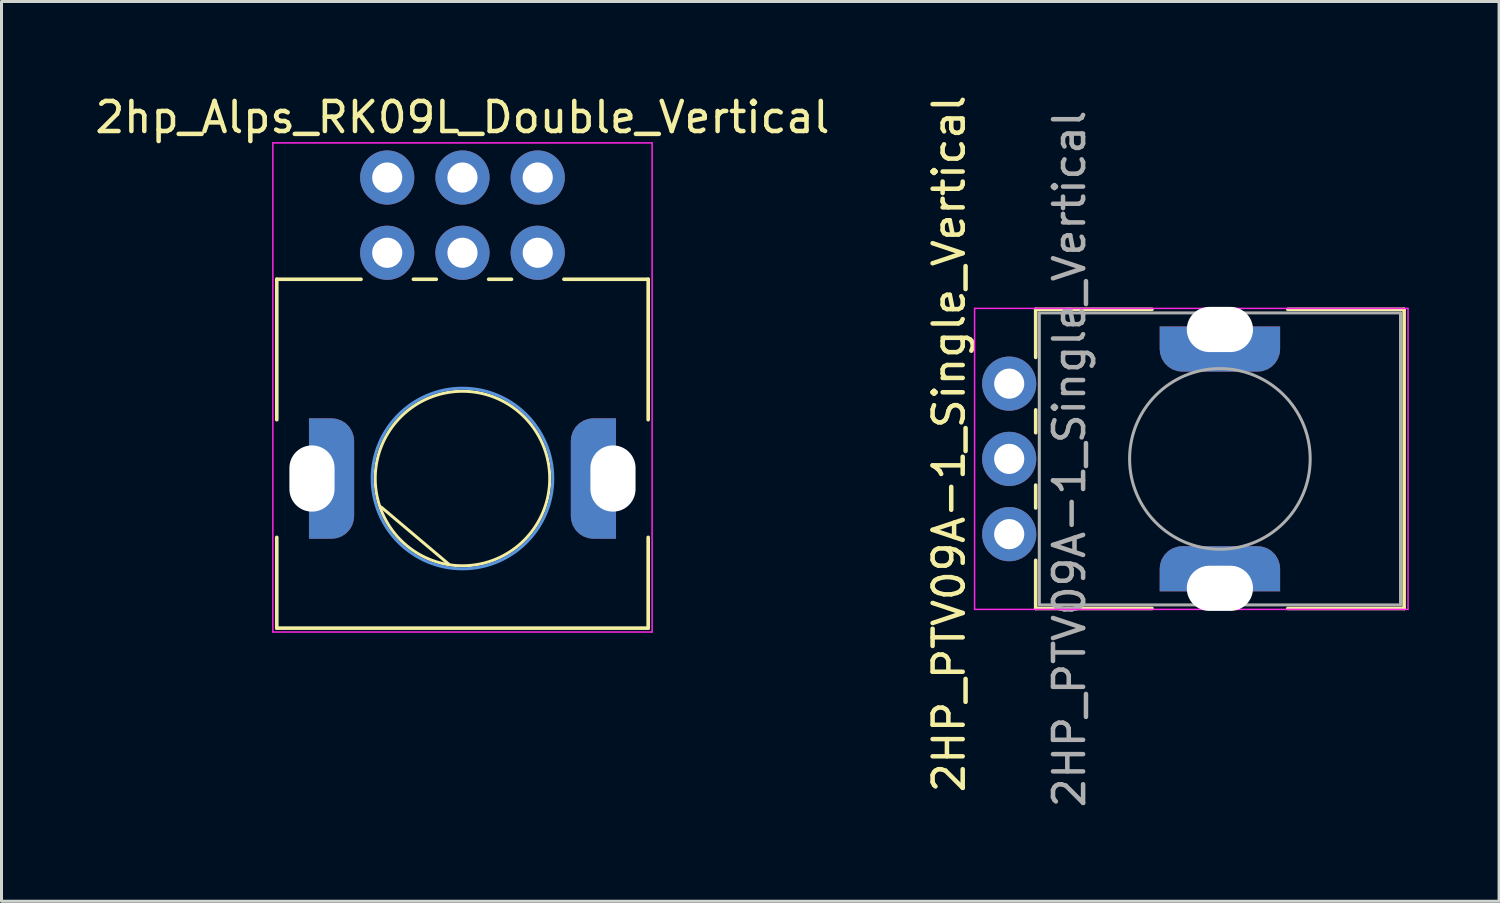
<source format=kicad_pcb>
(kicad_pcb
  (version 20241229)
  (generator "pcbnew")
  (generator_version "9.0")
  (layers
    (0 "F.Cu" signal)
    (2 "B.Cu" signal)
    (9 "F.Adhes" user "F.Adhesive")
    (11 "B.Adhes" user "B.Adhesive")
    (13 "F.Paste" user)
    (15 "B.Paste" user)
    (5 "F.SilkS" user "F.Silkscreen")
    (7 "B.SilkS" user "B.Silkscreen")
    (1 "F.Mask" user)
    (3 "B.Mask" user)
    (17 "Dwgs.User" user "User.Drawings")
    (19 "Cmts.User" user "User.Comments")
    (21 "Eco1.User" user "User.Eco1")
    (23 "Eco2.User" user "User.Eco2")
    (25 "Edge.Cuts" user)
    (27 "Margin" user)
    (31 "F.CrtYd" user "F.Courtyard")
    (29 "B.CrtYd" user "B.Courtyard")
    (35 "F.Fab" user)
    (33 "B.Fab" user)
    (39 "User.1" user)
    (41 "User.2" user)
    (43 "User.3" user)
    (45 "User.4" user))
  (footprint "2HP_PTV09A-1_Single_Vertical"
    (layer "F.Cu")
    (at 30.479 14.696)
    (property "Reference" "2HP_PTV09A-1_Single_Vertical" (at -2 -3 90) (layer "F.SilkS") (effects (font (size 1 1) (thickness 0.15))))
    (attr through_hole)
    (fp_line (start 0.88 -7.47) (end 0.88 -5.871) (stroke (width 0.12) (type solid)) (layer "F.SilkS"))
    (fp_line (start 0.88 -7.47) (end 4.745 -7.47) (stroke (width 0.12) (type solid)) (layer "F.SilkS"))
    (fp_line (start 0.88 -4.129) (end 0.88 -3.37) (stroke (width 0.12) (type solid)) (layer "F.SilkS"))
    (fp_line (start 0.88 -1.629) (end 0.88 -0.87) (stroke (width 0.12) (type solid)) (layer "F.SilkS"))
    (fp_line (start 0.88 0.87) (end 0.88 2.47) (stroke (width 0.12) (type solid)) (layer "F.SilkS"))
    (fp_line (start 0.88 2.47) (end 4.745 2.47) (stroke (width 0.12) (type solid)) (layer "F.SilkS"))
    (fp_line (start 9.255 -7.47) (end 13.12 -7.47) (stroke (width 0.12) (type solid)) (layer "F.SilkS"))
    (fp_line (start 9.255 2.47) (end 13.12 2.47) (stroke (width 0.12) (type solid)) (layer "F.SilkS"))
    (fp_line (start 13.12 -7.47) (end 13.12 2.47) (stroke (width 0.12) (type solid)) (layer "F.SilkS"))
    (fp_line (start -1.15 -7.5) (end -1.15 2.5) (stroke (width 0.05) (type solid)) (layer "F.CrtYd"))
    (fp_line (start -1.15 2.5) (end 13.25 2.5) (stroke (width 0.05) (type solid)) (layer "F.CrtYd"))
    (fp_line (start 13.25 -7.5) (end -1.15 -7.5) (stroke (width 0.05) (type solid)) (layer "F.CrtYd"))
    (fp_line (start 13.25 2.5) (end 13.25 -7.5) (stroke (width 0.05) (type solid)) (layer "F.CrtYd"))
    (fp_line (start 1 -7.35) (end 1 2.35) (stroke (width 0.1) (type solid)) (layer "F.Fab"))
    (fp_line (start 1 2.35) (end 13 2.35) (stroke (width 0.1) (type solid)) (layer "F.Fab"))
    (fp_line (start 13 -7.35) (end 1 -7.35) (stroke (width 0.1) (type solid)) (layer "F.Fab"))
    (fp_line (start 13 2.35) (end 13 -7.35) (stroke (width 0.1) (type solid)) (layer "F.Fab"))
    (fp_circle (center 7 -2.5) (end 10 -2.5) (stroke (width 0.1) (type solid)) (fill no) (layer "F.Fab"))
    (fp_text user "${REFERENCE}" (at 2 -2.5 90) (layer "F.Fab") (effects (font (size 1 1) (thickness 0.15))))
    (pad "" np_thru_hole roundrect (at 7 -6.8 90) (size 1.5 4) (drill oval 1.5 2.2 (offset -0.65 0)) (layers "*.Cu" "*.Mask") (roundrect_rratio 0.5) (chamfer_ratio 0) (chamfer top_right bottom_right))
    (pad "" np_thru_hole roundrect (at 7 1.8 270) (size 1.5 4) (drill oval 1.5 2.2 (offset -0.65 0)) (layers "*.Cu" "*.Mask") (roundrect_rratio 0.5) (chamfer_ratio 0) (chamfer top_right bottom_right))
    (pad "1" thru_hole circle (at 0 0) (size 1.8 1.8) (drill 1) (layers "*.Cu" "*.Mask"))
    (pad "2" thru_hole circle (at 0 -2.5) (size 1.8 1.8) (drill 1) (layers "*.Cu" "*.Mask"))
    (pad "3" thru_hole circle (at 0 -5) (size 1.8 1.8) (drill 1) (layers "*.Cu" "*.Mask")))
  (footprint "2hp_Alps_RK09L_Double_Vertical"
    (layer "F.Cu")
    (at 12.315 12.848)
    (property "Reference" "2hp_Alps_RK09L_Double_Vertical" (at 0 -12 180) (layer "F.SilkS") (effects (font (size 1 1) (thickness 0.15))))
    (attr through_hole)
    (fp_line (start -6.17 -6.62) (end -6.17 -1.954) (stroke (width 0.12) (type solid)) (layer "F.SilkS"))
    (fp_line (start -6.17 1.955) (end -6.17 4.97) (stroke (width 0.12) (type solid)) (layer "F.SilkS"))
    (fp_line (start -3.37 -6.62) (end -6.17 -6.62) (stroke (width 0.12) (type solid)) (layer "F.SilkS"))
    (fp_line (start -0.871 -6.62) (end -1.63 -6.62) (stroke (width 0.12) (type solid)) (layer "F.SilkS"))
    (fp_line (start -0.45 2.85) (end -2.7 0.95) (stroke (width 0.1) (type solid)) (layer "F.SilkS"))
    (fp_line (start 1.629 -6.62) (end 0.87 -6.62) (stroke (width 0.12) (type solid)) (layer "F.SilkS"))
    (fp_line (start 6.17 -6.62) (end 3.371 -6.62) (stroke (width 0.12) (type solid)) (layer "F.SilkS"))
    (fp_line (start 6.17 -6.62) (end 6.17 -1.954) (stroke (width 0.12) (type solid)) (layer "F.SilkS"))
    (fp_line (start 6.17 1.955) (end 6.17 4.97) (stroke (width 0.12) (type solid)) (layer "F.SilkS"))
    (fp_line (start 6.17 4.97) (end -6.17 4.97) (stroke (width 0.12) (type solid)) (layer "F.SilkS"))
    (fp_circle (center 0 0) (end 0 2.9) (stroke (width 0.1) (type solid)) (fill no) (layer "F.SilkS"))
    (fp_circle (center 0 0) (end 3 0) (stroke (width 0.1) (type solid)) (fill no) (layer "Cmts.User"))
    (fp_line (start -6.3 -11.15) (end -6.3 5.1) (stroke (width 0.05) (type solid)) (layer "F.CrtYd"))
    (fp_line (start -6.3 5.1) (end 6.3 5.1) (stroke (width 0.05) (type solid)) (layer "F.CrtYd"))
    (fp_line (start 6.3 -11.15) (end -6.3 -11.15) (stroke (width 0.05) (type solid)) (layer "F.CrtYd"))
    (fp_line (start 6.3 5.1) (end 6.3 -11.15) (stroke (width 0.05) (type solid)) (layer "F.CrtYd"))
    (pad "" np_thru_hole roundrect (at -5 0 180) (size 1.5 4) (drill oval 1.5 2.2 (offset -0.65 0)) (layers "*.Cu" "*.Mask") (roundrect_rratio 0.5) (chamfer_ratio 0) (chamfer top_right bottom_right))
    (pad "" np_thru_hole roundrect (at 5 0) (size 1.5 4) (drill oval 1.5 2.2 (offset -0.65 0)) (layers "*.Cu" "*.Mask") (roundrect_rratio 0.5) (chamfer_ratio 0) (chamfer top_right bottom_right))
    (pad "1" thru_hole circle (at 2.5 -7.5 270) (size 1.8 1.8) (drill 1) (layers "*.Cu" "*.Mask"))
    (pad "2" thru_hole circle (at 0 -7.5 270) (size 1.8 1.8) (drill 1) (layers "*.Cu" "*.Mask"))
    (pad "3" thru_hole circle (at -2.5 -7.5 270) (size 1.8 1.8) (drill 1) (layers "*.Cu" "*.Mask"))
    (pad "4" thru_hole circle (at 2.5 -10 270) (size 1.8 1.8) (drill 1) (layers "*.Cu" "*.Mask"))
    (pad "5" thru_hole circle (at 0 -10 270) (size 1.8 1.8) (drill 1) (layers "*.Cu" "*.Mask"))
    (pad "6" thru_hole circle (at -2.5 -10 270) (size 1.8 1.8) (drill 1) (layers "*.Cu" "*.Mask")))
  (gr_rect
    (start -3 -3)
    (end 46.754 26.893)
    (stroke (width 0.1) (type default))
    (fill no)
    (layer "Edge.Cuts")))
</source>
